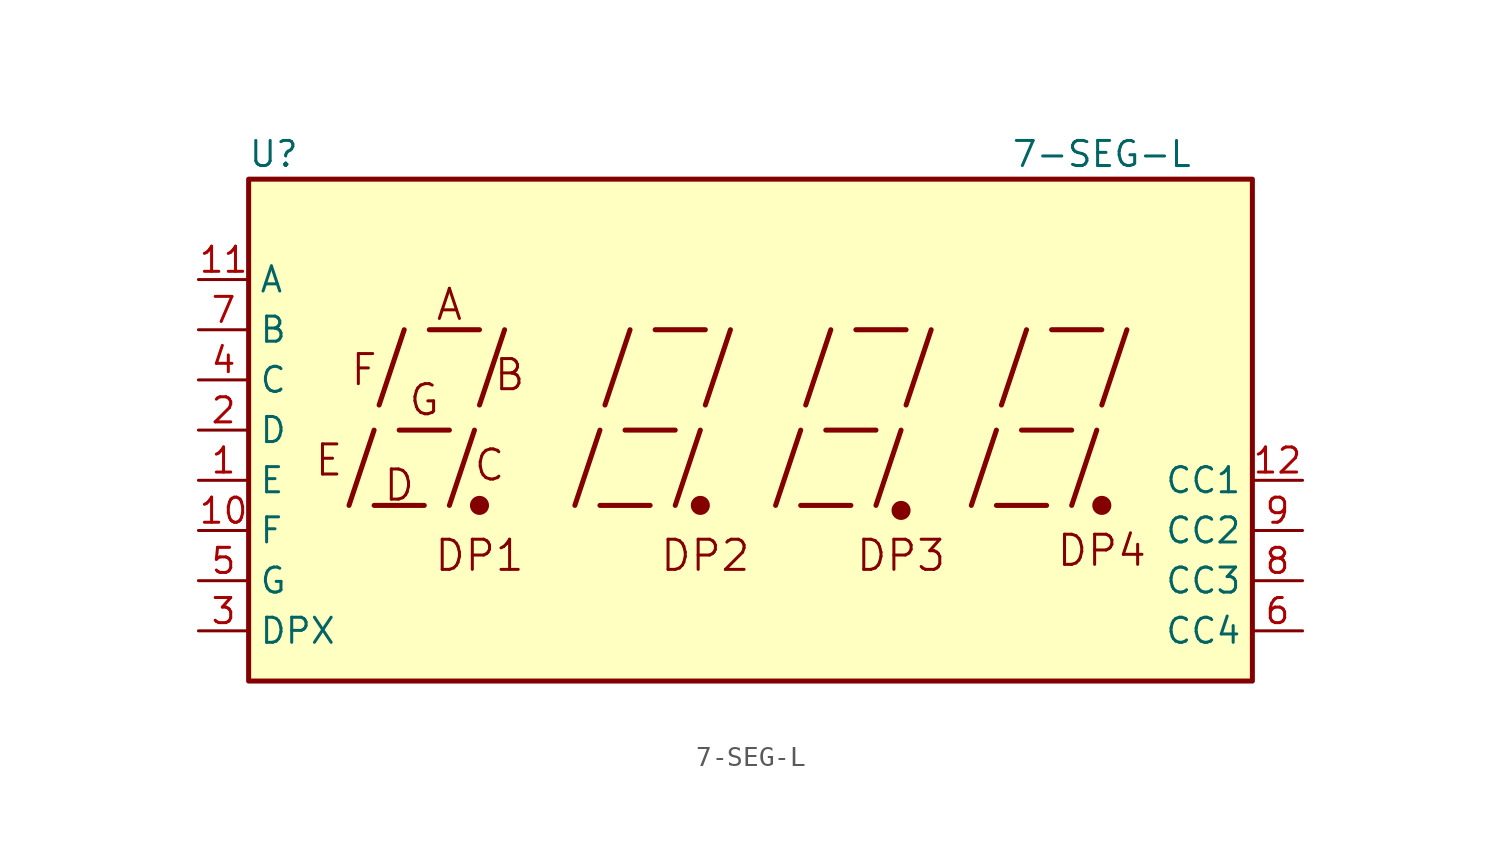
<source format=kicad_sym>
(kicad_symbol_lib
  (version 20220914)
  (generator kicad_symbol_editor)
  (symbol "7-SEG-L"
    (property "Reference" "U"
      (at -24.13 13.97 0)
      (effects (font (size 1.27 1.27))))
    (property "Value" "7-SEG-L"
      (at 17.78 13.97 0)
      (effects (font (size 1.27 1.27))))
    (symbol "7-SEG-L_0_0"
      (rectangle (start -25.4 12.7) (end 25.4 -12.7) (stroke (width 0.254) (type solid)) (fill (type background)))
      (polyline (pts (xy -20.32 -3.81) (xy -19.05 0)) (stroke (width 0.254) (type solid)) (fill (type none)))
      (polyline (pts (xy -19.05 -3.81) (xy -16.51 -3.81)) (stroke (width 0.254) (type solid)) (fill (type none)))
      (polyline (pts (xy -18.796 1.27) (xy -17.526 5.08)) (stroke (width 0.254) (type solid)) (fill (type none)))
      (polyline (pts (xy -17.78 0) (xy -15.24 0)) (stroke (width 0.254) (type solid)) (fill (type none)))
      (polyline (pts (xy -16.256 5.08) (xy -13.716 5.08)) (stroke (width 0.254) (type solid)) (fill (type none)))
      (polyline (pts (xy -15.24 -3.81) (xy -13.97 0)) (stroke (width 0.254) (type solid)) (fill (type none)))
      (polyline (pts (xy -13.716 1.27) (xy -12.446 5.08)) (stroke (width 0.254) (type solid)) (fill (type none)))
      (polyline (pts (xy -8.89 -3.81) (xy -7.62 0)) (stroke (width 0.254) (type solid)) (fill (type none)))
      (polyline (pts (xy -7.62 -3.81) (xy -5.08 -3.81)) (stroke (width 0.254) (type solid)) (fill (type none)))
      (polyline (pts (xy -7.366 1.27) (xy -6.096 5.08)) (stroke (width 0.254) (type solid)) (fill (type none)))
      (polyline (pts (xy -6.35 0) (xy -3.81 0)) (stroke (width 0.254) (type solid)) (fill (type none)))
      (polyline (pts (xy -4.826 5.08) (xy -2.286 5.08)) (stroke (width 0.254) (type solid)) (fill (type none)))
      (polyline (pts (xy -3.81 -3.81) (xy -2.54 0)) (stroke (width 0.254) (type solid)) (fill (type none)))
      (polyline (pts (xy -2.286 1.27) (xy -1.016 5.08)) (stroke (width 0.254) (type solid)) (fill (type none)))
      (polyline (pts (xy 1.27 -3.81) (xy 2.54 0)) (stroke (width 0.254) (type solid)) (fill (type none)))
      (polyline (pts (xy 2.54 -3.81) (xy 5.08 -3.81)) (stroke (width 0.254) (type solid)) (fill (type none)))
      (polyline (pts (xy 2.794 1.27) (xy 4.064 5.08)) (stroke (width 0.254) (type solid)) (fill (type none)))
      (polyline (pts (xy 3.81 0) (xy 6.35 0)) (stroke (width 0.254) (type solid)) (fill (type none)))
      (polyline (pts (xy 5.334 5.08) (xy 7.874 5.08)) (stroke (width 0.254) (type solid)) (fill (type none)))
      (polyline (pts (xy 6.35 -3.81) (xy 7.62 0)) (stroke (width 0.254) (type solid)) (fill (type none)))
      (polyline (pts (xy 7.874 1.27) (xy 9.144 5.08)) (stroke (width 0.254) (type solid)) (fill (type none)))
      (polyline (pts (xy 11.176 -3.81) (xy 12.446 0)) (stroke (width 0.254) (type solid)) (fill (type none)))
      (polyline (pts (xy 12.446 -3.81) (xy 14.986 -3.81)) (stroke (width 0.254) (type solid)) (fill (type none)))
      (polyline (pts (xy 12.7 1.27) (xy 13.97 5.08)) (stroke (width 0.254) (type solid)) (fill (type none)))
      (polyline (pts (xy 13.716 0) (xy 16.256 0)) (stroke (width 0.254) (type solid)) (fill (type none)))
      (polyline (pts (xy 15.24 5.08) (xy 17.78 5.08)) (stroke (width 0.254) (type solid)) (fill (type none)))
      (polyline (pts (xy 16.256 -3.81) (xy 17.526 0)) (stroke (width 0.254) (type solid)) (fill (type none)))
      (polyline (pts (xy 17.78 1.27) (xy 19.05 5.08)) (stroke (width 0.254) (type solid)) (fill (type none)))
      (text "A" (at -15.24 6.35 0) (effects (font (size 1.524 1.524))))
      (text "B" (at -12.192 2.794 0) (effects (font (size 1.524 1.524))))
      (text "C" (at -13.208 -1.778 0) (effects (font (size 1.524 1.524))))
      (text "D" (at -17.78 -2.794 0) (effects (font (size 1.524 1.524))))
      (text "DP1" (at -13.716 -6.35 0) (effects (font (size 1.524 1.524))))
      (text "DP2" (at -2.286 -6.35 0) (effects (font (size 1.524 1.524))))
      (text "DP3" (at 7.62 -6.35 0) (effects (font (size 1.524 1.524))))
      (text "DP4" (at 17.78 -6.096 0) (effects (font (size 1.524 1.524))))
      (text "E" (at -21.336 -1.524 0) (effects (font (size 1.524 1.524))))
      (text "F" (at -19.558 3.048 0) (effects (font (size 1.524 1.524))))
      (text "G" (at -16.51 1.524 0) (effects (font (size 1.524 1.524)))))
    (symbol "7-SEG-L_0_1"
      (circle (center -13.716 -3.81) (radius 0.356) (stroke (width 0.254) (type solid)) (fill (type outline)))
      (circle (center -2.54 -3.81) (radius 0.356) (stroke (width 0.254) (type solid)) (fill (type outline))))
    (symbol "7-SEG-L_1_0"
      (circle (center 7.62 -4.064) (radius 0.356) (stroke (width 0.254) (type solid)) (fill (type outline)))
      (circle (center 17.78 -3.81) (radius 0.356) (stroke (width 0.254) (type solid)) (fill (type outline))))
    (symbol "7-SEG-L_1_1"
      (pin input line (at -27.94 -2.54 0) (length 2.54) (name "E" (effects (font (size 1.27 1.27)))) (number "1" (effects (font (size 1.27 1.27)))))
      (pin input line (at -27.94 -5.08 0) (length 2.54) (name "F" (effects (font (size 1.27 1.27)))) (number "10" (effects (font (size 1.27 1.27)))))
      (pin input line (at -27.94 7.62 0) (length 2.54) (name "A" (effects (font (size 1.27 1.27)))) (number "11" (effects (font (size 1.27 1.27)))))
      (pin output line (at 27.94 -2.54 180) (length 2.54) (name "CC1" (effects (font (size 1.27 1.27)))) (number "12" (effects (font (size 1.27 1.27)))))
      (pin input line (at -27.94 0 0) (length 2.54) (name "D" (effects (font (size 1.27 1.27)))) (number "2" (effects (font (size 1.27 1.27)))))
      (pin input line (at -27.94 -10.16 0) (length 2.54) (name "DPX" (effects (font (size 1.27 1.27)))) (number "3" (effects (font (size 1.27 1.27)))))
      (pin input line (at -27.94 2.54 0) (length 2.54) (name "C" (effects (font (size 1.27 1.27)))) (number "4" (effects (font (size 1.27 1.27)))))
      (pin input line (at -27.94 -7.62 0) (length 2.54) (name "G" (effects (font (size 1.27 1.27)))) (number "5" (effects (font (size 1.27 1.27)))))
      (pin output line (at 27.94 -10.16 180) (length 2.54) (name "CC4" (effects (font (size 1.27 1.27)))) (number "6" (effects (font (size 1.27 1.27)))))
      (pin input line (at -27.94 5.08 0) (length 2.54) (name "B" (effects (font (size 1.27 1.27)))) (number "7" (effects (font (size 1.27 1.27)))))
      (pin output line (at 27.94 -7.62 180) (length 2.54) (name "CC3" (effects (font (size 1.27 1.27)))) (number "8" (effects (font (size 1.27 1.27)))))
      (pin output line (at 27.94 -5.08 180) (length 2.54) (name "CC2" (effects (font (size 1.27 1.27)))) (number "9" (effects (font (size 1.27 1.27))))))))
</source>
